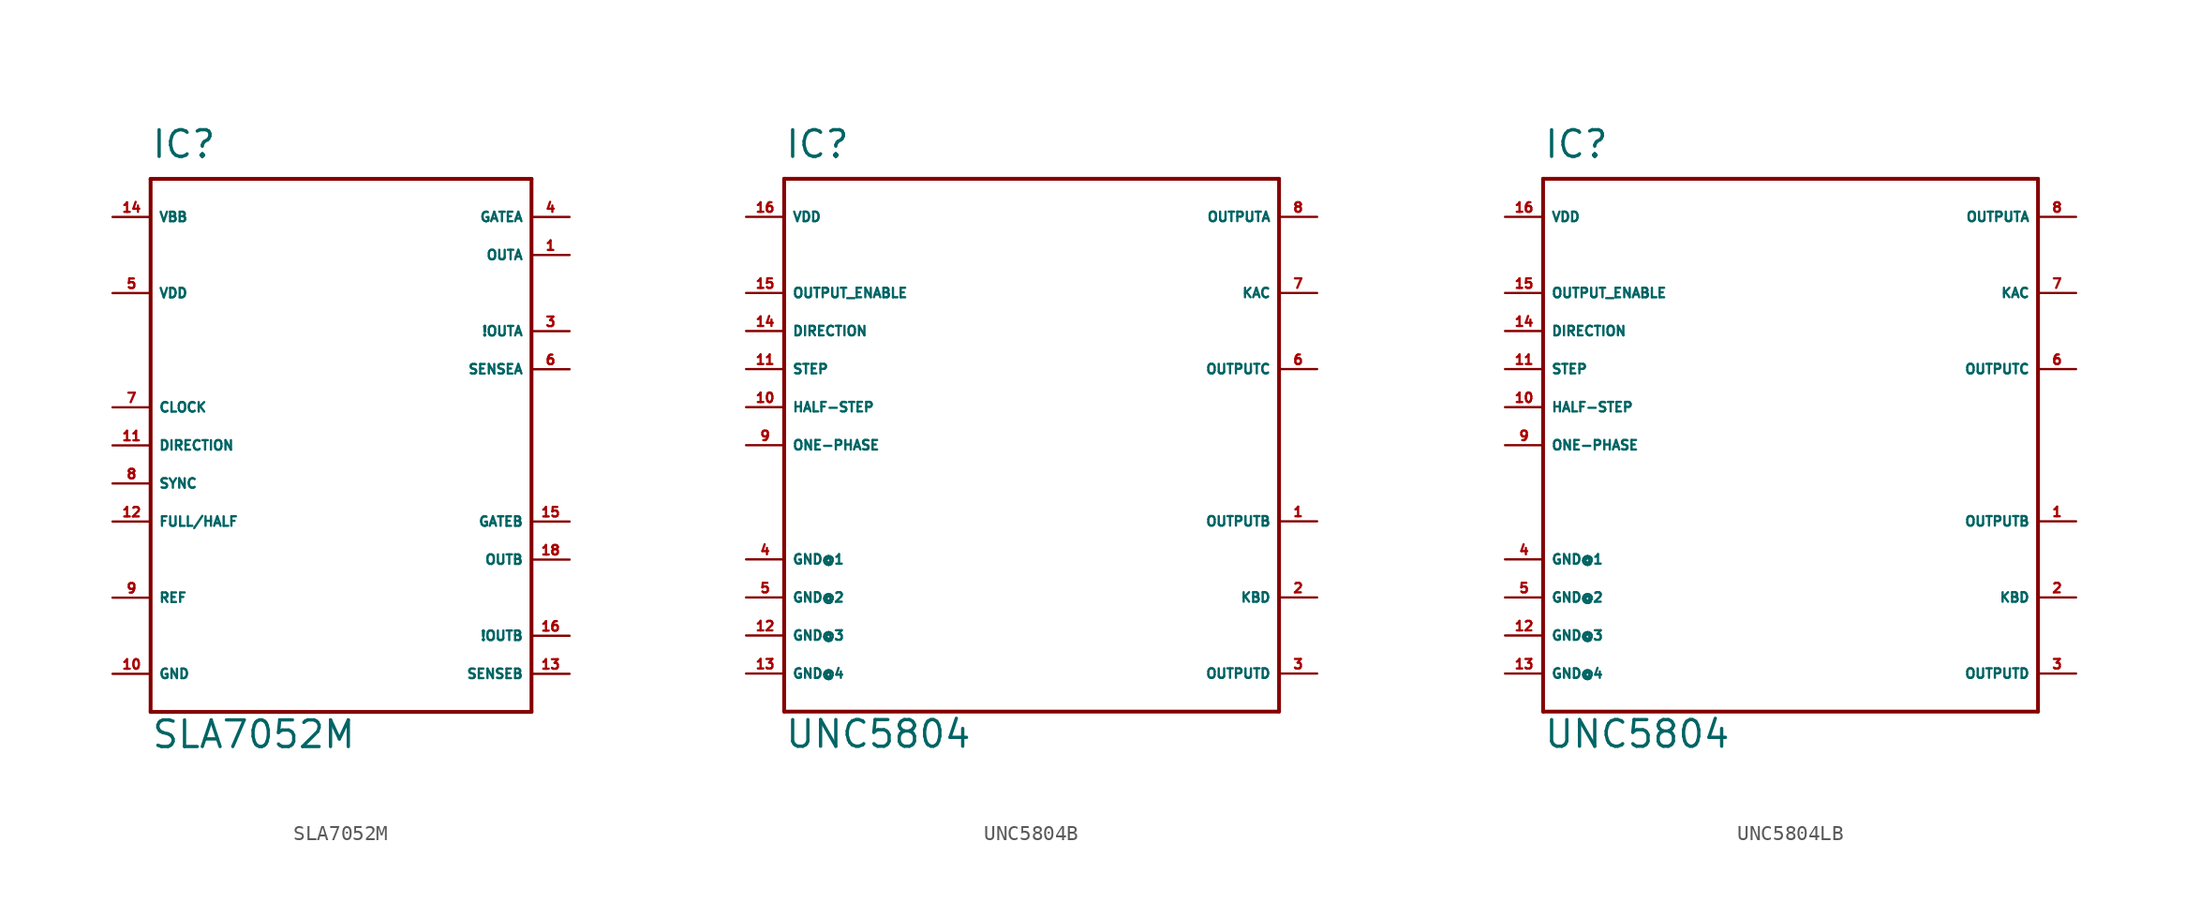
<source format=kicad_sym>
(kicad_symbol_lib
  (version 20220914)
  (generator Eagle2Kicad)
  (symbol "SLA7052M"
    (property "Reference" "IC"
      (at -12.7 19.05 0)
      (effects (font (size 1.778 1.778) (thickness 0.22)) (justify left bottom)))
    (property "Value" "SLA7052M"
      (at -12.7 -20.32 0)
      (effects (font (size 1.778 1.778) (thickness 0.22)) (justify left bottom)))
    (polyline
      (pts (xy -12.7 17.78) (xy 12.7 17.78))
      (stroke (width 0.254) (type default))
      (fill (type none)))
    (polyline
      (pts (xy 12.7 17.78) (xy 12.7 -17.78))
      (stroke (width 0.254) (type default))
      (fill (type none)))
    (polyline
      (pts (xy 12.7 -17.78) (xy -12.7 -17.78))
      (stroke (width 0.254) (type default))
      (fill (type none)))
    (polyline
      (pts (xy -12.7 -17.78) (xy -12.7 17.78))
      (stroke (width 0.254) (type default))
      (fill (type none)))
    (pin output line
      (at 15.24 12.7 180)
      (length 2.54)
      (name "OUTA" (effects (font (size 0.635 0.635) (thickness 0.08)) (justify left bottom)))
      (number "1" (effects (font (size 0.635 0.635) (thickness 0.08)) (justify left bottom))))
    (pin output line
      (at 15.24 7.62 180)
      (length 2.54)
      (name "!OUTA" (effects (font (size 0.635 0.635) (thickness 0.08)) (justify left bottom)))
      (number "3" (effects (font (size 0.635 0.635) (thickness 0.08)) (justify left bottom))))
    (pin output line
      (at 15.24 -7.62 180)
      (length 2.54)
      (name "OUTB" (effects (font (size 0.635 0.635) (thickness 0.08)) (justify left bottom)))
      (number "18" (effects (font (size 0.635 0.635) (thickness 0.08)) (justify left bottom))))
    (pin output line
      (at 15.24 -12.7 180)
      (length 2.54)
      (name "!OUTB" (effects (font (size 0.635 0.635) (thickness 0.08)) (justify left bottom)))
      (number "16" (effects (font (size 0.635 0.635) (thickness 0.08)) (justify left bottom))))
    (pin passive line
      (at 15.24 15.24 180)
      (length 2.54)
      (name "GATEA" (effects (font (size 0.635 0.635) (thickness 0.08)) (justify left bottom)))
      (number "4" (effects (font (size 0.635 0.635) (thickness 0.08)) (justify left bottom))))
    (pin passive line
      (at 15.24 -5.08 180)
      (length 2.54)
      (name "GATEB" (effects (font (size 0.635 0.635) (thickness 0.08)) (justify left bottom)))
      (number "15" (effects (font (size 0.635 0.635) (thickness 0.08)) (justify left bottom))))
    (pin passive line
      (at 15.24 5.08 180)
      (length 2.54)
      (name "SENSEA" (effects (font (size 0.635 0.635) (thickness 0.08)) (justify left bottom)))
      (number "6" (effects (font (size 0.635 0.635) (thickness 0.08)) (justify left bottom))))
    (pin passive line
      (at 15.24 -15.24 180)
      (length 2.54)
      (name "SENSEB" (effects (font (size 0.635 0.635) (thickness 0.08)) (justify left bottom)))
      (number "13" (effects (font (size 0.635 0.635) (thickness 0.08)) (justify left bottom))))
    (pin unspecified line
      (at -15.24 10.16 0)
      (length 2.54)
      (name "VDD" (effects (font (size 0.635 0.635) (thickness 0.08)) (justify left bottom)))
      (number "5" (effects (font (size 0.635 0.635) (thickness 0.08)) (justify left bottom))))
    (pin unspecified line
      (at -15.24 -15.24 0)
      (length 2.54)
      (name "GND" (effects (font (size 0.635 0.635) (thickness 0.08)) (justify left bottom)))
      (number "10" (effects (font (size 0.635 0.635) (thickness 0.08)) (justify left bottom))))
    (pin unspecified line
      (at -15.24 15.24 0)
      (length 2.54)
      (name "VBB" (effects (font (size 0.635 0.635) (thickness 0.08)) (justify left bottom)))
      (number "14" (effects (font (size 0.635 0.635) (thickness 0.08)) (justify left bottom))))
    (pin unspecified line
      (at -15.24 0 0)
      (length 2.54)
      (name "DIRECTION" (effects (font (size 0.635 0.635) (thickness 0.08)) (justify left bottom)))
      (number "11" (effects (font (size 0.635 0.635) (thickness 0.08)) (justify left bottom))))
    (pin unspecified line
      (at -15.24 2.54 0)
      (length 2.54)
      (name "CLOCK" (effects (font (size 0.635 0.635) (thickness 0.08)) (justify left bottom)))
      (number "7" (effects (font (size 0.635 0.635) (thickness 0.08)) (justify left bottom))))
    (pin unspecified line
      (at -15.24 -2.54 0)
      (length 2.54)
      (name "SYNC" (effects (font (size 0.635 0.635) (thickness 0.08)) (justify left bottom)))
      (number "8" (effects (font (size 0.635 0.635) (thickness 0.08)) (justify left bottom))))
    (pin unspecified line
      (at -15.24 -5.08 0)
      (length 2.54)
      (name "FULL/HALF" (effects (font (size 0.635 0.635) (thickness 0.08)) (justify left bottom)))
      (number "12" (effects (font (size 0.635 0.635) (thickness 0.08)) (justify left bottom))))
    (pin unspecified line
      (at -15.24 -10.16 0)
      (length 2.54)
      (name "REF" (effects (font (size 0.635 0.635) (thickness 0.08)) (justify left bottom)))
      (number "9" (effects (font (size 0.635 0.635) (thickness 0.08)) (justify left bottom)))))
  (symbol "UNC5804B"
    (property "Reference" "IC"
      (at -17.78 19.05 0)
      (effects (font (size 1.778 1.778) (thickness 0.22)) (justify left bottom)))
    (property "Value" "UNC5804"
      (at -17.78 -20.32 0)
      (effects (font (size 1.778 1.778) (thickness 0.22)) (justify left bottom)))
    (polyline
      (pts (xy -17.78 17.78) (xy 15.24 17.78))
      (stroke (width 0.254) (type default))
      (fill (type none)))
    (polyline
      (pts (xy 15.24 17.78) (xy 15.24 -17.78))
      (stroke (width 0.254) (type default))
      (fill (type none)))
    (polyline
      (pts (xy 15.24 -17.78) (xy -17.78 -17.78))
      (stroke (width 0.254) (type default))
      (fill (type none)))
    (polyline
      (pts (xy -17.78 -17.78) (xy -17.78 17.78))
      (stroke (width 0.254) (type default))
      (fill (type none)))
    (pin output line
      (at 17.78 15.24 180)
      (length 2.54)
      (name "OUTPUTA" (effects (font (size 0.635 0.635) (thickness 0.08)) (justify left bottom)))
      (number "8" (effects (font (size 0.635 0.635) (thickness 0.08)) (justify left bottom))))
    (pin output line
      (at 17.78 -5.08 180)
      (length 2.54)
      (name "OUTPUTB" (effects (font (size 0.635 0.635) (thickness 0.08)) (justify left bottom)))
      (number "1" (effects (font (size 0.635 0.635) (thickness 0.08)) (justify left bottom))))
    (pin output line
      (at 17.78 5.08 180)
      (length 2.54)
      (name "OUTPUTC" (effects (font (size 0.635 0.635) (thickness 0.08)) (justify left bottom)))
      (number "6" (effects (font (size 0.635 0.635) (thickness 0.08)) (justify left bottom))))
    (pin output line
      (at 17.78 -15.24 180)
      (length 2.54)
      (name "OUTPUTD" (effects (font (size 0.635 0.635) (thickness 0.08)) (justify left bottom)))
      (number "3" (effects (font (size 0.635 0.635) (thickness 0.08)) (justify left bottom))))
    (pin passive line
      (at 17.78 10.16 180)
      (length 2.54)
      (name "KAC" (effects (font (size 0.635 0.635) (thickness 0.08)) (justify left bottom)))
      (number "7" (effects (font (size 0.635 0.635) (thickness 0.08)) (justify left bottom))))
    (pin passive line
      (at 17.78 -10.16 180)
      (length 2.54)
      (name "KBD" (effects (font (size 0.635 0.635) (thickness 0.08)) (justify left bottom)))
      (number "2" (effects (font (size 0.635 0.635) (thickness 0.08)) (justify left bottom))))
    (pin input line
      (at -20.32 10.16 0)
      (length 2.54)
      (name "OUTPUT_ENABLE" (effects (font (size 0.635 0.635) (thickness 0.08)) (justify left bottom)))
      (number "15" (effects (font (size 0.635 0.635) (thickness 0.08)) (justify left bottom))))
    (pin input line
      (at -20.32 7.62 0)
      (length 2.54)
      (name "DIRECTION" (effects (font (size 0.635 0.635) (thickness 0.08)) (justify left bottom)))
      (number "14" (effects (font (size 0.635 0.635) (thickness 0.08)) (justify left bottom))))
    (pin input line
      (at -20.32 5.08 0)
      (length 2.54)
      (name "STEP" (effects (font (size 0.635 0.635) (thickness 0.08)) (justify left bottom)))
      (number "11" (effects (font (size 0.635 0.635) (thickness 0.08)) (justify left bottom))))
    (pin input line
      (at -20.32 2.54 0)
      (length 2.54)
      (name "HALF-STEP" (effects (font (size 0.635 0.635) (thickness 0.08)) (justify left bottom)))
      (number "10" (effects (font (size 0.635 0.635) (thickness 0.08)) (justify left bottom))))
    (pin unspecified line
      (at -20.32 15.24 0)
      (length 2.54)
      (name "VDD" (effects (font (size 0.635 0.635) (thickness 0.08)) (justify left bottom)))
      (number "16" (effects (font (size 0.635 0.635) (thickness 0.08)) (justify left bottom))))
    (pin unspecified line
      (at -20.32 -7.62 0)
      (length 2.54)
      (name "GND@1" (effects (font (size 0.635 0.635) (thickness 0.08)) (justify left bottom)))
      (number "4" (effects (font (size 0.635 0.635) (thickness 0.08)) (justify left bottom))))
    (pin unspecified line
      (at -20.32 -10.16 0)
      (length 2.54)
      (name "GND@2" (effects (font (size 0.635 0.635) (thickness 0.08)) (justify left bottom)))
      (number "5" (effects (font (size 0.635 0.635) (thickness 0.08)) (justify left bottom))))
    (pin unspecified line
      (at -20.32 -12.7 0)
      (length 2.54)
      (name "GND@3" (effects (font (size 0.635 0.635) (thickness 0.08)) (justify left bottom)))
      (number "12" (effects (font (size 0.635 0.635) (thickness 0.08)) (justify left bottom))))
    (pin unspecified line
      (at -20.32 -15.24 0)
      (length 2.54)
      (name "GND@4" (effects (font (size 0.635 0.635) (thickness 0.08)) (justify left bottom)))
      (number "13" (effects (font (size 0.635 0.635) (thickness 0.08)) (justify left bottom))))
    (pin input line
      (at -20.32 0 0)
      (length 2.54)
      (name "ONE-PHASE" (effects (font (size 0.635 0.635) (thickness 0.08)) (justify left bottom)))
      (number "9" (effects (font (size 0.635 0.635) (thickness 0.08)) (justify left bottom)))))
  (symbol "UNC5804LB"
    (property "Reference" "IC"
      (at -17.78 19.05 0)
      (effects (font (size 1.778 1.778) (thickness 0.22)) (justify left bottom)))
    (property "Value" "UNC5804"
      (at -17.78 -20.32 0)
      (effects (font (size 1.778 1.778) (thickness 0.22)) (justify left bottom)))
    (polyline
      (pts (xy -17.78 17.78) (xy 15.24 17.78))
      (stroke (width 0.254) (type default))
      (fill (type none)))
    (polyline
      (pts (xy 15.24 17.78) (xy 15.24 -17.78))
      (stroke (width 0.254) (type default))
      (fill (type none)))
    (polyline
      (pts (xy 15.24 -17.78) (xy -17.78 -17.78))
      (stroke (width 0.254) (type default))
      (fill (type none)))
    (polyline
      (pts (xy -17.78 -17.78) (xy -17.78 17.78))
      (stroke (width 0.254) (type default))
      (fill (type none)))
    (pin output line
      (at 17.78 15.24 180)
      (length 2.54)
      (name "OUTPUTA" (effects (font (size 0.635 0.635) (thickness 0.08)) (justify left bottom)))
      (number "8" (effects (font (size 0.635 0.635) (thickness 0.08)) (justify left bottom))))
    (pin output line
      (at 17.78 -5.08 180)
      (length 2.54)
      (name "OUTPUTB" (effects (font (size 0.635 0.635) (thickness 0.08)) (justify left bottom)))
      (number "1" (effects (font (size 0.635 0.635) (thickness 0.08)) (justify left bottom))))
    (pin output line
      (at 17.78 5.08 180)
      (length 2.54)
      (name "OUTPUTC" (effects (font (size 0.635 0.635) (thickness 0.08)) (justify left bottom)))
      (number "6" (effects (font (size 0.635 0.635) (thickness 0.08)) (justify left bottom))))
    (pin output line
      (at 17.78 -15.24 180)
      (length 2.54)
      (name "OUTPUTD" (effects (font (size 0.635 0.635) (thickness 0.08)) (justify left bottom)))
      (number "3" (effects (font (size 0.635 0.635) (thickness 0.08)) (justify left bottom))))
    (pin passive line
      (at 17.78 10.16 180)
      (length 2.54)
      (name "KAC" (effects (font (size 0.635 0.635) (thickness 0.08)) (justify left bottom)))
      (number "7" (effects (font (size 0.635 0.635) (thickness 0.08)) (justify left bottom))))
    (pin passive line
      (at 17.78 -10.16 180)
      (length 2.54)
      (name "KBD" (effects (font (size 0.635 0.635) (thickness 0.08)) (justify left bottom)))
      (number "2" (effects (font (size 0.635 0.635) (thickness 0.08)) (justify left bottom))))
    (pin input line
      (at -20.32 10.16 0)
      (length 2.54)
      (name "OUTPUT_ENABLE" (effects (font (size 0.635 0.635) (thickness 0.08)) (justify left bottom)))
      (number "15" (effects (font (size 0.635 0.635) (thickness 0.08)) (justify left bottom))))
    (pin input line
      (at -20.32 7.62 0)
      (length 2.54)
      (name "DIRECTION" (effects (font (size 0.635 0.635) (thickness 0.08)) (justify left bottom)))
      (number "14" (effects (font (size 0.635 0.635) (thickness 0.08)) (justify left bottom))))
    (pin input line
      (at -20.32 5.08 0)
      (length 2.54)
      (name "STEP" (effects (font (size 0.635 0.635) (thickness 0.08)) (justify left bottom)))
      (number "11" (effects (font (size 0.635 0.635) (thickness 0.08)) (justify left bottom))))
    (pin input line
      (at -20.32 2.54 0)
      (length 2.54)
      (name "HALF-STEP" (effects (font (size 0.635 0.635) (thickness 0.08)) (justify left bottom)))
      (number "10" (effects (font (size 0.635 0.635) (thickness 0.08)) (justify left bottom))))
    (pin unspecified line
      (at -20.32 15.24 0)
      (length 2.54)
      (name "VDD" (effects (font (size 0.635 0.635) (thickness 0.08)) (justify left bottom)))
      (number "16" (effects (font (size 0.635 0.635) (thickness 0.08)) (justify left bottom))))
    (pin unspecified line
      (at -20.32 -7.62 0)
      (length 2.54)
      (name "GND@1" (effects (font (size 0.635 0.635) (thickness 0.08)) (justify left bottom)))
      (number "4" (effects (font (size 0.635 0.635) (thickness 0.08)) (justify left bottom))))
    (pin unspecified line
      (at -20.32 -10.16 0)
      (length 2.54)
      (name "GND@2" (effects (font (size 0.635 0.635) (thickness 0.08)) (justify left bottom)))
      (number "5" (effects (font (size 0.635 0.635) (thickness 0.08)) (justify left bottom))))
    (pin unspecified line
      (at -20.32 -12.7 0)
      (length 2.54)
      (name "GND@3" (effects (font (size 0.635 0.635) (thickness 0.08)) (justify left bottom)))
      (number "12" (effects (font (size 0.635 0.635) (thickness 0.08)) (justify left bottom))))
    (pin unspecified line
      (at -20.32 -15.24 0)
      (length 2.54)
      (name "GND@4" (effects (font (size 0.635 0.635) (thickness 0.08)) (justify left bottom)))
      (number "13" (effects (font (size 0.635 0.635) (thickness 0.08)) (justify left bottom))))
    (pin input line
      (at -20.32 0 0)
      (length 2.54)
      (name "ONE-PHASE" (effects (font (size 0.635 0.635) (thickness 0.08)) (justify left bottom)))
      (number "9" (effects (font (size 0.635 0.635) (thickness 0.08)) (justify left bottom))))))
</source>
